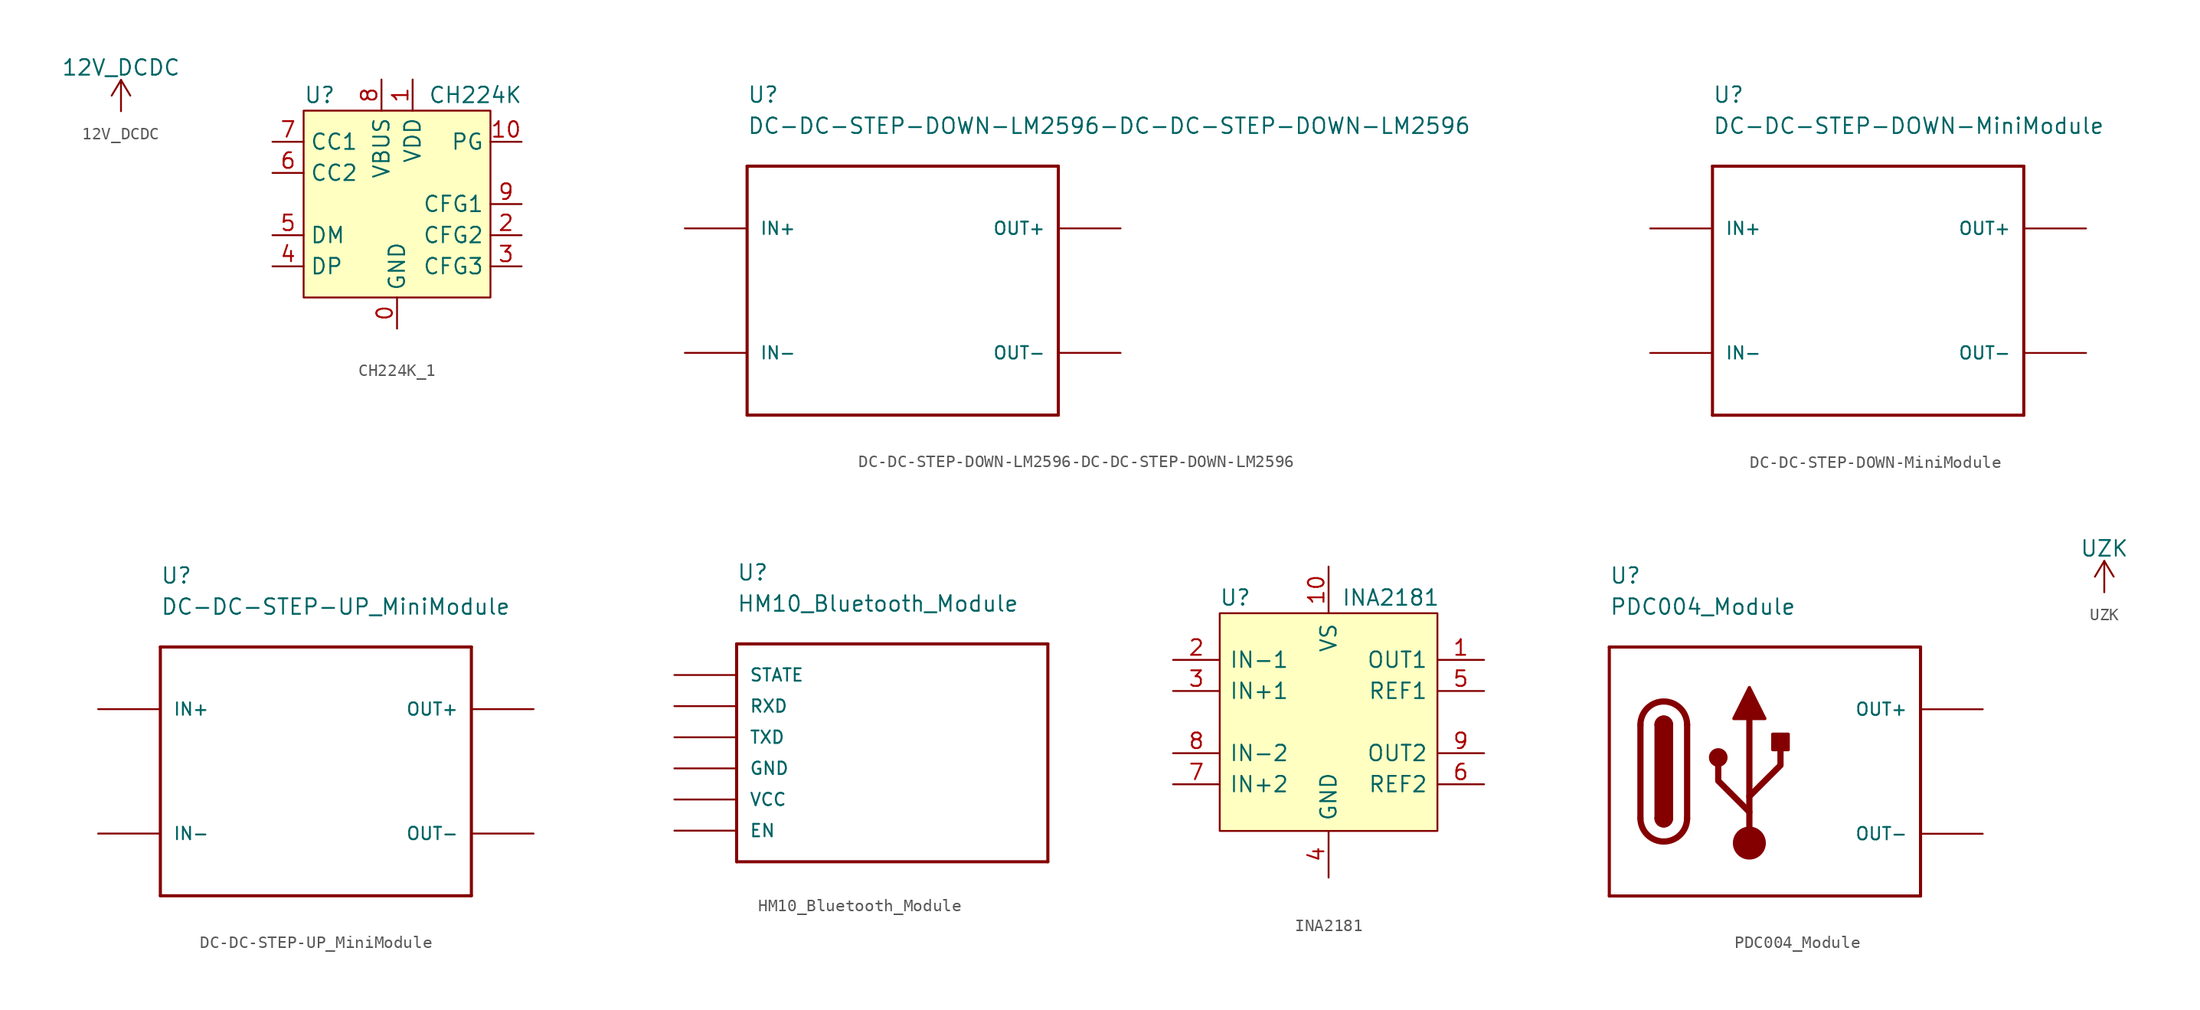
<source format=kicad_sym>
(kicad_symbol_lib
  (version 20220914)
  (generator kicad_symbol_editor)
  (symbol "12V_DCDC"
    (power)
    (pin_names
      (offset 0))
    (property "Reference" "#PWR"
      (at 0 -3.81 0)
      (effects (font (size 1.27 1.27)) hide))
    (property "Value" "12V_DCDC"
      (at 0 3.556 0)
      (effects (font (size 1.27 1.27))))
    (symbol "12V_DCDC_0_1"
      (polyline (pts (xy -0.762 1.27) (xy 0 2.54)) (stroke (width 0) (type default)) (fill (type none)))
      (polyline (pts (xy 0 0) (xy 0 2.54)) (stroke (width 0) (type default)) (fill (type none)))
      (polyline (pts (xy 0 2.54) (xy 0.762 1.27)) (stroke (width 0) (type default)) (fill (type none))))
    (symbol "12V_DCDC_1_1"
      (pin power_in line (at 0 0 90) (length 0) hide (name "12V_DCDC" (effects (font (size 1.27 1.27)))) (number "1" (effects (font (size 1.27 1.27)))))))
  (symbol "CH224K_1"
    (property "Reference" "U"
      (at -7.62 8.89 0)
      (effects (font (size 1.27 1.27)) (justify left)))
    (property "Value" "CH224K"
      (at 2.54 8.89 0)
      (effects (font (size 1.27 1.27)) (justify left)))
    (symbol "CH224K_1_1_1"
      (rectangle (start -7.62 7.62) (end 7.62 -7.62) (stroke (width 0) (type default)) (fill (type background)))
      (pin power_in line (at 0 -10.16 90) (length 2.54) (name "GND" (effects (font (size 1.27 1.27)))) (number "0" (effects (font (size 1.27 1.27)))))
      (pin power_in line (at 1.27 10.16 270) (length 2.54) (name "VDD" (effects (font (size 1.27 1.27)))) (number "1" (effects (font (size 1.27 1.27)))))
      (pin open_collector line (at 10.16 5.08 180) (length 2.54) (name "PG" (effects (font (size 1.27 1.27)))) (number "10" (effects (font (size 1.27 1.27)))))
      (pin passive line (at 10.16 -2.54 180) (length 2.54) (name "CFG2" (effects (font (size 1.27 1.27)))) (number "2" (effects (font (size 1.27 1.27)))))
      (pin passive line (at 10.16 -5.08 180) (length 2.54) (name "CFG3" (effects (font (size 1.27 1.27)))) (number "3" (effects (font (size 1.27 1.27)))))
      (pin bidirectional line (at -10.16 -5.08 0) (length 2.54) (name "DP" (effects (font (size 1.27 1.27)))) (number "4" (effects (font (size 1.27 1.27)))))
      (pin bidirectional line (at -10.16 -2.54 0) (length 2.54) (name "DM" (effects (font (size 1.27 1.27)))) (number "5" (effects (font (size 1.27 1.27)))))
      (pin bidirectional line (at -10.16 2.54 0) (length 2.54) (name "CC2" (effects (font (size 1.27 1.27)))) (number "6" (effects (font (size 1.27 1.27)))))
      (pin bidirectional line (at -10.16 5.08 0) (length 2.54) (name "CC1" (effects (font (size 1.27 1.27)))) (number "7" (effects (font (size 1.27 1.27)))))
      (pin passive line (at -1.27 10.16 270) (length 2.54) (name "VBUS" (effects (font (size 1.27 1.27)))) (number "8" (effects (font (size 1.27 1.27)))))
      (pin passive line (at 10.16 0 180) (length 2.54) (name "CFG1" (effects (font (size 1.27 1.27)))) (number "9" (effects (font (size 1.27 1.27)))))))
  (symbol "DC-DC-STEP-DOWN-LM2596-DC-DC-STEP-DOWN-LM2596"
    (pin_numbers hide)
    (pin_names
      (offset 1.016))
    (property "Reference" "U"
      (at -12.7 15.24 0)
      (effects (font (size 1.27 1.27)) (justify left bottom)))
    (property "Value" "DC-DC-STEP-DOWN-LM2596-DC-DC-STEP-DOWN-LM2596"
      (at -12.7 12.7 0)
      (effects (font (size 1.27 1.27)) (justify left bottom)))
    (property "ki_locked" ""
      (at 0 0 0)
      (effects (font (size 1.27 1.27))))
    (symbol "DC-DC-STEP-DOWN-LM2596-DC-DC-STEP-DOWN-LM2596_0_0"
      (polyline (pts (xy -12.7 -10.16) (xy -12.7 10.16)) (stroke (width 0.254) (type default)) (fill (type none)))
      (polyline (pts (xy -12.7 10.16) (xy 12.7 10.16)) (stroke (width 0.254) (type default)) (fill (type none)))
      (polyline (pts (xy 12.7 -10.16) (xy -12.7 -10.16)) (stroke (width 0.254) (type default)) (fill (type none)))
      (polyline (pts (xy 12.7 10.16) (xy 12.7 -10.16)) (stroke (width 0.254) (type default)) (fill (type none)))
      (pin bidirectional line (at -17.78 -5.08 0) (length 5.08) (name "IN-" (effects (font (size 1.016 1.016)))) (number "IN" (effects (font (size 1.016 1.016)))))
      (pin bidirectional line (at -17.78 5.08 0) (length 5.08) (name "IN+" (effects (font (size 1.016 1.016)))) (number "IN+" (effects (font (size 1.016 1.016)))))
      (pin bidirectional line (at 17.78 -5.08 180) (length 5.08) (name "OUT-" (effects (font (size 1.016 1.016)))) (number "OUT" (effects (font (size 1.016 1.016)))))
      (pin bidirectional line (at 17.78 5.08 180) (length 5.08) (name "OUT+" (effects (font (size 1.016 1.016)))) (number "OUT+" (effects (font (size 1.016 1.016)))))))
  (symbol "DC-DC-STEP-DOWN-MiniModule"
    (pin_numbers hide)
    (pin_names
      (offset 1.016))
    (property "Reference" "U"
      (at -12.7 15.24 0)
      (effects (font (size 1.27 1.27)) (justify left bottom)))
    (property "Value" "DC-DC-STEP-DOWN-MiniModule"
      (at -12.7 12.7 0)
      (effects (font (size 1.27 1.27)) (justify left bottom)))
    (property "ki_locked" ""
      (at 0 0 0)
      (effects (font (size 1.27 1.27))))
    (symbol "DC-DC-STEP-DOWN-MiniModule_0_0"
      (polyline (pts (xy -12.7 -10.16) (xy -12.7 10.16)) (stroke (width 0.254) (type default)) (fill (type none)))
      (polyline (pts (xy -12.7 10.16) (xy 12.7 10.16)) (stroke (width 0.254) (type default)) (fill (type none)))
      (polyline (pts (xy 12.7 -10.16) (xy -12.7 -10.16)) (stroke (width 0.254) (type default)) (fill (type none)))
      (polyline (pts (xy 12.7 10.16) (xy 12.7 -10.16)) (stroke (width 0.254) (type default)) (fill (type none)))
      (pin bidirectional line (at -17.78 5.08 0) (length 5.08) (name "IN+" (effects (font (size 1.016 1.016)))) (number "IN+" (effects (font (size 1.016 1.016)))))
      (pin bidirectional line (at 17.78 5.08 180) (length 5.08) (name "OUT+" (effects (font (size 1.016 1.016)))) (number "OUT+" (effects (font (size 1.016 1.016)))))
      (pin bidirectional line (at 17.78 -5.08 180) (length 5.08) (name "OUT-" (effects (font (size 1.016 1.016)))) (number "OUT-" (effects (font (size 1.016 1.016))))))
    (symbol "DC-DC-STEP-DOWN-MiniModule_1_0"
      (pin bidirectional line (at -17.78 -5.08 0) (length 5.08) (name "IN-" (effects (font (size 1.016 1.016)))) (number "IN-" (effects (font (size 1.016 1.016)))))))
  (symbol "DC-DC-STEP-UP_MiniModule"
    (pin_numbers hide)
    (pin_names
      (offset 1.016))
    (property "Reference" "U"
      (at -12.7 15.24 0)
      (effects (font (size 1.27 1.27)) (justify left bottom)))
    (property "Value" "DC-DC-STEP-UP_MiniModule"
      (at -12.7 12.7 0)
      (effects (font (size 1.27 1.27)) (justify left bottom)))
    (property "ki_locked" ""
      (at 0 0 0)
      (effects (font (size 1.27 1.27))))
    (symbol "DC-DC-STEP-UP_MiniModule_0_0"
      (polyline (pts (xy -12.7 -10.16) (xy -12.7 10.16)) (stroke (width 0.254) (type default)) (fill (type none)))
      (polyline (pts (xy -12.7 10.16) (xy 12.7 10.16)) (stroke (width 0.254) (type default)) (fill (type none)))
      (polyline (pts (xy 12.7 -10.16) (xy -12.7 -10.16)) (stroke (width 0.254) (type default)) (fill (type none)))
      (polyline (pts (xy 12.7 10.16) (xy 12.7 -10.16)) (stroke (width 0.254) (type default)) (fill (type none)))
      (pin bidirectional line (at -17.78 5.08 0) (length 5.08) (name "IN+" (effects (font (size 1.016 1.016)))) (number "IN+" (effects (font (size 1.016 1.016)))))
      (pin bidirectional line (at 17.78 5.08 180) (length 5.08) (name "OUT+" (effects (font (size 1.016 1.016)))) (number "OUT+" (effects (font (size 1.016 1.016)))))
      (pin bidirectional line (at 17.78 -5.08 180) (length 5.08) (name "OUT-" (effects (font (size 1.016 1.016)))) (number "OUT-" (effects (font (size 1.016 1.016))))))
    (symbol "DC-DC-STEP-UP_MiniModule_1_0"
      (pin bidirectional line (at -17.78 -5.08 0) (length 5.08) (name "IN-" (effects (font (size 1.016 1.016)))) (number "IN-" (effects (font (size 1.016 1.016)))))))
  (symbol "HM10_Bluetooth_Module"
    (pin_numbers hide)
    (pin_names
      (offset 1.016))
    (property "Reference" "U"
      (at -12.7 15.24 0)
      (effects (font (size 1.27 1.27)) (justify left bottom)))
    (property "Value" "HM10_Bluetooth_Module"
      (at -12.7 12.7 0)
      (effects (font (size 1.27 1.27)) (justify left bottom)))
    (property "ki_locked" ""
      (at 0 0 0)
      (effects (font (size 1.27 1.27))))
    (symbol "HM10_Bluetooth_Module_0_0"
      (polyline (pts (xy -12.7 -7.62) (xy -12.7 10.16)) (stroke (width 0.254) (type default)) (fill (type none)))
      (polyline (pts (xy -12.7 10.16) (xy 12.7 10.16)) (stroke (width 0.254) (type default)) (fill (type none)))
      (polyline (pts (xy 12.7 -7.62) (xy -12.7 -7.62)) (stroke (width 0.254) (type default)) (fill (type none)))
      (polyline (pts (xy 12.7 10.16) (xy 12.7 -7.62)) (stroke (width 0.254) (type default)) (fill (type none))))
    (symbol "HM10_Bluetooth_Module_1_0"
      (pin bidirectional line (at -17.78 -5.08 0) (length 5.08) (name "EN" (effects (font (size 1.016 1.016)))) (number "EN" (effects (font (size 1.016 1.016)))))
      (pin bidirectional line (at -17.78 0 0) (length 5.08) (name "GND" (effects (font (size 1.016 1.016)))) (number "GND" (effects (font (size 1.016 1.016)))))
      (pin bidirectional line (at -17.78 5.08 0) (length 5.08) (name "RXD" (effects (font (size 1.016 1.016)))) (number "RXD" (effects (font (size 1.016 1.016)))))
      (pin bidirectional line (at -17.78 7.62 0) (length 5.08) (name "STATE" (effects (font (size 1.016 1.016)))) (number "STATE" (effects (font (size 1.016 1.016)))))
      (pin bidirectional line (at -17.78 2.54 0) (length 5.08) (name "TXD" (effects (font (size 1.016 1.016)))) (number "TXD" (effects (font (size 1.016 1.016)))))
      (pin bidirectional line (at -17.78 -2.54 0) (length 5.08) (name "VCC" (effects (font (size 1.016 1.016)))) (number "VCC" (effects (font (size 1.016 1.016)))))))
  (symbol "INA2181"
    (pin_names
      (offset 0.762))
    (property "Reference" "U"
      (at -7.62 10.16 0)
      (effects (font (size 1.27 1.27))))
    (property "Value" "INA2181"
      (at 5.08 10.16 0)
      (effects (font (size 1.27 1.27))))
    (symbol "INA2181_0_1"
      (rectangle (start -8.89 8.89) (end 8.89 -8.89) (stroke (width 0) (type solid)) (fill (type background))))
    (symbol "INA2181_1_1"
      (pin output line (at 12.7 5.08 180) (length 3.81) (name "OUT1" (effects (font (size 1.27 1.27)))) (number "1" (effects (font (size 1.27 1.27)))))
      (pin power_in line (at 0 12.7 270) (length 3.81) (name "VS" (effects (font (size 1.27 1.27)))) (number "10" (effects (font (size 1.27 1.27)))))
      (pin input line (at -12.7 5.08 0) (length 3.81) (name "IN-1" (effects (font (size 1.27 1.27)))) (number "2" (effects (font (size 1.27 1.27)))))
      (pin input line (at -12.7 2.54 0) (length 3.81) (name "IN+1" (effects (font (size 1.27 1.27)))) (number "3" (effects (font (size 1.27 1.27)))))
      (pin power_in line (at 0 -12.7 90) (length 3.81) (name "GND" (effects (font (size 1.27 1.27)))) (number "4" (effects (font (size 1.27 1.27)))))
      (pin input line (at 12.7 2.54 180) (length 3.81) (name "REF1" (effects (font (size 1.27 1.27)))) (number "5" (effects (font (size 1.27 1.27)))))
      (pin input line (at 12.7 -5.08 180) (length 3.81) (name "REF2" (effects (font (size 1.27 1.27)))) (number "6" (effects (font (size 1.27 1.27)))))
      (pin input line (at -12.7 -5.08 0) (length 3.81) (name "IN+2" (effects (font (size 1.27 1.27)))) (number "7" (effects (font (size 1.27 1.27)))))
      (pin input line (at -12.7 -2.54 0) (length 3.81) (name "IN-2" (effects (font (size 1.27 1.27)))) (number "8" (effects (font (size 1.27 1.27)))))
      (pin output line (at 12.7 -2.54 180) (length 3.81) (name "OUT2" (effects (font (size 1.27 1.27)))) (number "9" (effects (font (size 1.27 1.27)))))))
  (symbol "PDC004_Module"
    (pin_numbers hide)
    (pin_names
      (offset 1.016))
    (property "Reference" "U"
      (at -12.7 15.24 0)
      (effects (font (size 1.27 1.27)) (justify left bottom)))
    (property "Value" "PDC004_Module"
      (at -12.7 12.7 0)
      (effects (font (size 1.27 1.27)) (justify left bottom)))
    (symbol "PDC004_Module_0_0"
      (polyline (pts (xy -12.7 -10.16) (xy -12.7 10.16)) (stroke (width 0.254) (type default)) (fill (type none)))
      (polyline (pts (xy -12.7 10.16) (xy 12.7 10.16)) (stroke (width 0.254) (type default)) (fill (type none)))
      (polyline (pts (xy 12.7 -10.16) (xy -12.7 -10.16)) (stroke (width 0.254) (type default)) (fill (type none)))
      (polyline (pts (xy 12.7 10.16) (xy 12.7 -10.16)) (stroke (width 0.254) (type default)) (fill (type none))))
    (symbol "PDC004_Module_0_1"
      (arc (start -10.16 -3.81) (mid -8.255 -5.7067) (end -6.35 -3.81) (stroke (width 0.508) (type default)) (fill (type none)))
      (arc (start -8.89 -3.81) (mid -8.255 -4.4423) (end -7.62 -3.81) (stroke (width 0.254) (type default)) (fill (type none)))
      (arc (start -8.89 -3.81) (mid -8.255 -4.4423) (end -7.62 -3.81) (stroke (width 0.254) (type default)) (fill (type outline)))
      (rectangle (start -8.89 -3.81) (end -7.62 3.81) (stroke (width 0.254) (type default)) (fill (type outline)))
      (arc (start -7.62 3.81) (mid -8.255 4.4423) (end -8.89 3.81) (stroke (width 0.254) (type default)) (fill (type none)))
      (arc (start -7.62 3.81) (mid -8.255 4.4423) (end -8.89 3.81) (stroke (width 0.254) (type default)) (fill (type outline)))
      (arc (start -6.35 3.81) (mid -8.255 5.7067) (end -10.16 3.81) (stroke (width 0.508) (type default)) (fill (type none)))
      (polyline (pts (xy -10.16 -3.81) (xy -10.16 3.81)) (stroke (width 0.508) (type default)) (fill (type none)))
      (polyline (pts (xy -6.35 3.81) (xy -6.35 -3.81)) (stroke (width 0.508) (type default)) (fill (type none))))
    (symbol "PDC004_Module_1_0"
      (pin bidirectional line (at 17.78 5.08 180) (length 5.08) (name "OUT+" (effects (font (size 1.016 1.016)))) (number "OUT+" (effects (font (size 1.016 1.016)))))
      (pin bidirectional line (at 17.78 -5.08 180) (length 5.08) (name "OUT-" (effects (font (size 1.016 1.016)))) (number "OUT-" (effects (font (size 1.016 1.016))))))
    (symbol "PDC004_Module_1_1"
      (circle (center -3.81 1.143) (radius 0.635) (stroke (width 0.254) (type default)) (fill (type outline)))
      (circle (center -1.27 -5.842) (radius 1.27) (stroke (width 0) (type default)) (fill (type outline)))
      (polyline (pts (xy -1.27 -5.842) (xy -1.27 4.318)) (stroke (width 0.508) (type default)) (fill (type none)))
      (polyline (pts (xy -1.27 -3.302) (xy -3.81 -0.762) (xy -3.81 0.508)) (stroke (width 0.508) (type default)) (fill (type none)))
      (polyline (pts (xy -1.27 -2.032) (xy 1.27 0.508) (xy 1.27 1.778)) (stroke (width 0.508) (type default)) (fill (type none)))
      (polyline (pts (xy -2.54 4.318) (xy -1.27 6.858) (xy 0 4.318) (xy -2.54 4.318)) (stroke (width 0.254) (type default)) (fill (type outline)))
      (rectangle (start 0.635 1.778) (end 1.905 3.048) (stroke (width 0.254) (type default)) (fill (type outline)))))
  (symbol "UZK"
    (power)
    (pin_names
      (offset 0))
    (property "Reference" "#PWR"
      (at 0 -3.81 0)
      (effects (font (size 1.27 1.27)) hide))
    (property "Value" "UZK"
      (at 0 3.556 0)
      (effects (font (size 1.27 1.27))))
    (symbol "UZK_0_1"
      (polyline (pts (xy -0.762 1.27) (xy 0 2.54)) (stroke (width 0) (type default)) (fill (type none)))
      (polyline (pts (xy 0 0) (xy 0 2.54)) (stroke (width 0) (type default)) (fill (type none)))
      (polyline (pts (xy 0 2.54) (xy 0.762 1.27)) (stroke (width 0) (type default)) (fill (type none))))
    (symbol "UZK_1_1"
      (pin power_in line (at 0 0 90) (length 0) hide (name "UZK" (effects (font (size 1.27 1.27)))) (number "1" (effects (font (size 1.27 1.27))))))))
</source>
